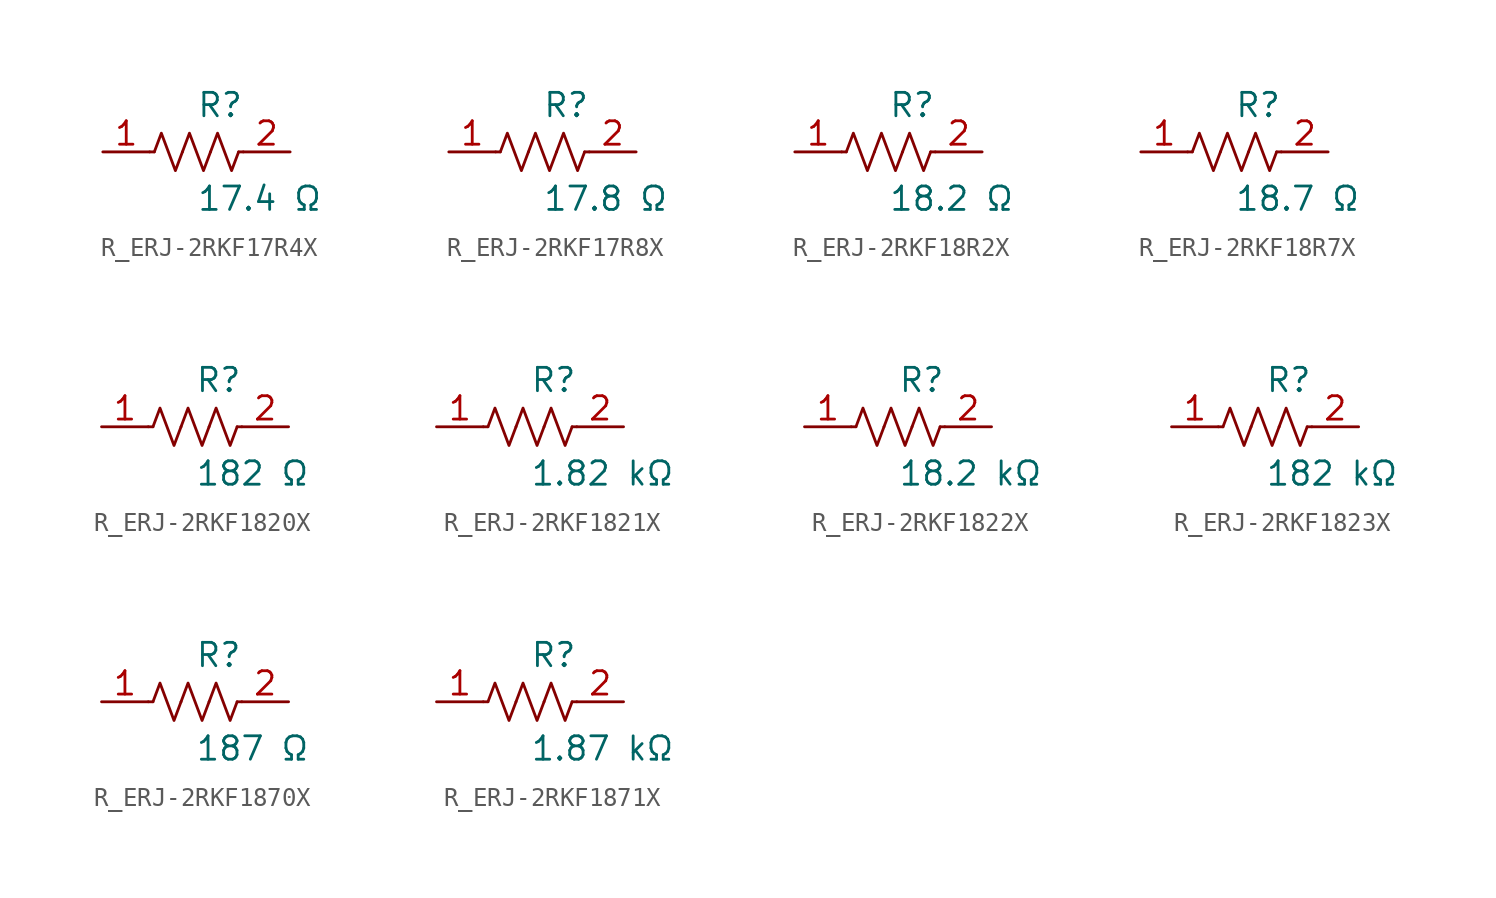
<source format=kicad_sym>
(kicad_symbol_lib
  (version 20231120)
  (generator kicad_symbol_editor)
  (generator_version 8.0)
  (symbol "R_ERJ-2RKF17R4X"
    (pin_names
      (offset 0.254))
    (property "Reference" "R"
      (at 0 2.54 0)
      (effects (font (size 1.27 1.27)) (justify left)))
    (property "Value" "17.4 Ω"
      (at 0 -2.54 0)
      (effects (font (size 1.27 1.27)) (justify left)))
    (symbol "R_ERJ-2RKF17R4X_0_1"
      (polyline (pts (xy 2.286 0) (xy 2.54 0)) (stroke (width 0) (type default)) (fill (type none)))
      (polyline (pts (xy -2.286 0) (xy -2.54 0)) (stroke (width 0) (type default)) (fill (type none)))
      (polyline (pts (xy 0.762 0) (xy 1.143 1.016) (xy 1.524 0) (xy 1.905 -1.016) (xy 2.286 0)) (stroke (width 0) (type default)) (fill (type none)))
      (polyline (pts (xy -0.762 0) (xy -0.381 1.016) (xy 0 0) (xy 0.381 -1.016) (xy 0.762 0)) (stroke (width 0) (type default)) (fill (type none)))
      (polyline (pts (xy -2.286 0) (xy -1.905 1.016) (xy -1.524 0) (xy -1.143 -1.016) (xy -0.762 0)) (stroke (width 0) (type default)) (fill (type none))))
    (pin unspecified line
      (at -5.08 0 0)
      (length 2.54)
      (name "" (effects (font (size 1.27 1.27))))
      (number "1" (effects (font (size 1.27 1.27)))))
    (pin unspecified line
      (at 5.08 0 180)
      (length 2.54)
      (name "" (effects (font (size 1.27 1.27))))
      (number "2" (effects (font (size 1.27 1.27))))))
  (symbol "R_ERJ-2RKF17R8X"
    (pin_names
      (offset 0.254))
    (property "Reference" "R"
      (at 0 2.54 0)
      (effects (font (size 1.27 1.27)) (justify left)))
    (property "Value" "17.8 Ω"
      (at 0 -2.54 0)
      (effects (font (size 1.27 1.27)) (justify left)))
    (symbol "R_ERJ-2RKF17R8X_0_1"
      (polyline (pts (xy 2.286 0) (xy 2.54 0)) (stroke (width 0) (type default)) (fill (type none)))
      (polyline (pts (xy -2.286 0) (xy -2.54 0)) (stroke (width 0) (type default)) (fill (type none)))
      (polyline (pts (xy 0.762 0) (xy 1.143 1.016) (xy 1.524 0) (xy 1.905 -1.016) (xy 2.286 0)) (stroke (width 0) (type default)) (fill (type none)))
      (polyline (pts (xy -0.762 0) (xy -0.381 1.016) (xy 0 0) (xy 0.381 -1.016) (xy 0.762 0)) (stroke (width 0) (type default)) (fill (type none)))
      (polyline (pts (xy -2.286 0) (xy -1.905 1.016) (xy -1.524 0) (xy -1.143 -1.016) (xy -0.762 0)) (stroke (width 0) (type default)) (fill (type none))))
    (pin unspecified line
      (at -5.08 0 0)
      (length 2.54)
      (name "" (effects (font (size 1.27 1.27))))
      (number "1" (effects (font (size 1.27 1.27)))))
    (pin unspecified line
      (at 5.08 0 180)
      (length 2.54)
      (name "" (effects (font (size 1.27 1.27))))
      (number "2" (effects (font (size 1.27 1.27))))))
  (symbol "R_ERJ-2RKF18R2X"
    (pin_names
      (offset 0.254))
    (property "Reference" "R"
      (at 0 2.54 0)
      (effects (font (size 1.27 1.27)) (justify left)))
    (property "Value" "18.2 Ω"
      (at 0 -2.54 0)
      (effects (font (size 1.27 1.27)) (justify left)))
    (symbol "R_ERJ-2RKF18R2X_0_1"
      (polyline (pts (xy 2.286 0) (xy 2.54 0)) (stroke (width 0) (type default)) (fill (type none)))
      (polyline (pts (xy -2.286 0) (xy -2.54 0)) (stroke (width 0) (type default)) (fill (type none)))
      (polyline (pts (xy 0.762 0) (xy 1.143 1.016) (xy 1.524 0) (xy 1.905 -1.016) (xy 2.286 0)) (stroke (width 0) (type default)) (fill (type none)))
      (polyline (pts (xy -0.762 0) (xy -0.381 1.016) (xy 0 0) (xy 0.381 -1.016) (xy 0.762 0)) (stroke (width 0) (type default)) (fill (type none)))
      (polyline (pts (xy -2.286 0) (xy -1.905 1.016) (xy -1.524 0) (xy -1.143 -1.016) (xy -0.762 0)) (stroke (width 0) (type default)) (fill (type none))))
    (pin unspecified line
      (at -5.08 0 0)
      (length 2.54)
      (name "" (effects (font (size 1.27 1.27))))
      (number "1" (effects (font (size 1.27 1.27)))))
    (pin unspecified line
      (at 5.08 0 180)
      (length 2.54)
      (name "" (effects (font (size 1.27 1.27))))
      (number "2" (effects (font (size 1.27 1.27))))))
  (symbol "R_ERJ-2RKF18R7X"
    (pin_names
      (offset 0.254))
    (property "Reference" "R"
      (at 0 2.54 0)
      (effects (font (size 1.27 1.27)) (justify left)))
    (property "Value" "18.7 Ω"
      (at 0 -2.54 0)
      (effects (font (size 1.27 1.27)) (justify left)))
    (symbol "R_ERJ-2RKF18R7X_0_1"
      (polyline (pts (xy 2.286 0) (xy 2.54 0)) (stroke (width 0) (type default)) (fill (type none)))
      (polyline (pts (xy -2.286 0) (xy -2.54 0)) (stroke (width 0) (type default)) (fill (type none)))
      (polyline (pts (xy 0.762 0) (xy 1.143 1.016) (xy 1.524 0) (xy 1.905 -1.016) (xy 2.286 0)) (stroke (width 0) (type default)) (fill (type none)))
      (polyline (pts (xy -0.762 0) (xy -0.381 1.016) (xy 0 0) (xy 0.381 -1.016) (xy 0.762 0)) (stroke (width 0) (type default)) (fill (type none)))
      (polyline (pts (xy -2.286 0) (xy -1.905 1.016) (xy -1.524 0) (xy -1.143 -1.016) (xy -0.762 0)) (stroke (width 0) (type default)) (fill (type none))))
    (pin unspecified line
      (at -5.08 0 0)
      (length 2.54)
      (name "" (effects (font (size 1.27 1.27))))
      (number "1" (effects (font (size 1.27 1.27)))))
    (pin unspecified line
      (at 5.08 0 180)
      (length 2.54)
      (name "" (effects (font (size 1.27 1.27))))
      (number "2" (effects (font (size 1.27 1.27))))))
  (symbol "R_ERJ-2RKF1820X"
    (pin_names
      (offset 0.254))
    (property "Reference" "R"
      (at 0 2.54 0)
      (effects (font (size 1.27 1.27)) (justify left)))
    (property "Value" "182 Ω"
      (at 0 -2.54 0)
      (effects (font (size 1.27 1.27)) (justify left)))
    (symbol "R_ERJ-2RKF1820X_0_1"
      (polyline (pts (xy 2.286 0) (xy 2.54 0)) (stroke (width 0) (type default)) (fill (type none)))
      (polyline (pts (xy -2.286 0) (xy -2.54 0)) (stroke (width 0) (type default)) (fill (type none)))
      (polyline (pts (xy 0.762 0) (xy 1.143 1.016) (xy 1.524 0) (xy 1.905 -1.016) (xy 2.286 0)) (stroke (width 0) (type default)) (fill (type none)))
      (polyline (pts (xy -0.762 0) (xy -0.381 1.016) (xy 0 0) (xy 0.381 -1.016) (xy 0.762 0)) (stroke (width 0) (type default)) (fill (type none)))
      (polyline (pts (xy -2.286 0) (xy -1.905 1.016) (xy -1.524 0) (xy -1.143 -1.016) (xy -0.762 0)) (stroke (width 0) (type default)) (fill (type none))))
    (pin unspecified line
      (at -5.08 0 0)
      (length 2.54)
      (name "" (effects (font (size 1.27 1.27))))
      (number "1" (effects (font (size 1.27 1.27)))))
    (pin unspecified line
      (at 5.08 0 180)
      (length 2.54)
      (name "" (effects (font (size 1.27 1.27))))
      (number "2" (effects (font (size 1.27 1.27))))))
  (symbol "R_ERJ-2RKF1821X"
    (pin_names
      (offset 0.254))
    (property "Reference" "R"
      (at 0 2.54 0)
      (effects (font (size 1.27 1.27)) (justify left)))
    (property "Value" "1.82 kΩ"
      (at 0 -2.54 0)
      (effects (font (size 1.27 1.27)) (justify left)))
    (symbol "R_ERJ-2RKF1821X_0_1"
      (polyline (pts (xy 2.286 0) (xy 2.54 0)) (stroke (width 0) (type default)) (fill (type none)))
      (polyline (pts (xy -2.286 0) (xy -2.54 0)) (stroke (width 0) (type default)) (fill (type none)))
      (polyline (pts (xy 0.762 0) (xy 1.143 1.016) (xy 1.524 0) (xy 1.905 -1.016) (xy 2.286 0)) (stroke (width 0) (type default)) (fill (type none)))
      (polyline (pts (xy -0.762 0) (xy -0.381 1.016) (xy 0 0) (xy 0.381 -1.016) (xy 0.762 0)) (stroke (width 0) (type default)) (fill (type none)))
      (polyline (pts (xy -2.286 0) (xy -1.905 1.016) (xy -1.524 0) (xy -1.143 -1.016) (xy -0.762 0)) (stroke (width 0) (type default)) (fill (type none))))
    (pin unspecified line
      (at -5.08 0 0)
      (length 2.54)
      (name "" (effects (font (size 1.27 1.27))))
      (number "1" (effects (font (size 1.27 1.27)))))
    (pin unspecified line
      (at 5.08 0 180)
      (length 2.54)
      (name "" (effects (font (size 1.27 1.27))))
      (number "2" (effects (font (size 1.27 1.27))))))
  (symbol "R_ERJ-2RKF1822X"
    (pin_names
      (offset 0.254))
    (property "Reference" "R"
      (at 0 2.54 0)
      (effects (font (size 1.27 1.27)) (justify left)))
    (property "Value" "18.2 kΩ"
      (at 0 -2.54 0)
      (effects (font (size 1.27 1.27)) (justify left)))
    (symbol "R_ERJ-2RKF1822X_0_1"
      (polyline (pts (xy 2.286 0) (xy 2.54 0)) (stroke (width 0) (type default)) (fill (type none)))
      (polyline (pts (xy -2.286 0) (xy -2.54 0)) (stroke (width 0) (type default)) (fill (type none)))
      (polyline (pts (xy 0.762 0) (xy 1.143 1.016) (xy 1.524 0) (xy 1.905 -1.016) (xy 2.286 0)) (stroke (width 0) (type default)) (fill (type none)))
      (polyline (pts (xy -0.762 0) (xy -0.381 1.016) (xy 0 0) (xy 0.381 -1.016) (xy 0.762 0)) (stroke (width 0) (type default)) (fill (type none)))
      (polyline (pts (xy -2.286 0) (xy -1.905 1.016) (xy -1.524 0) (xy -1.143 -1.016) (xy -0.762 0)) (stroke (width 0) (type default)) (fill (type none))))
    (pin unspecified line
      (at -5.08 0 0)
      (length 2.54)
      (name "" (effects (font (size 1.27 1.27))))
      (number "1" (effects (font (size 1.27 1.27)))))
    (pin unspecified line
      (at 5.08 0 180)
      (length 2.54)
      (name "" (effects (font (size 1.27 1.27))))
      (number "2" (effects (font (size 1.27 1.27))))))
  (symbol "R_ERJ-2RKF1823X"
    (pin_names
      (offset 0.254))
    (property "Reference" "R"
      (at 0 2.54 0)
      (effects (font (size 1.27 1.27)) (justify left)))
    (property "Value" "182 kΩ"
      (at 0 -2.54 0)
      (effects (font (size 1.27 1.27)) (justify left)))
    (symbol "R_ERJ-2RKF1823X_0_1"
      (polyline (pts (xy 2.286 0) (xy 2.54 0)) (stroke (width 0) (type default)) (fill (type none)))
      (polyline (pts (xy -2.286 0) (xy -2.54 0)) (stroke (width 0) (type default)) (fill (type none)))
      (polyline (pts (xy 0.762 0) (xy 1.143 1.016) (xy 1.524 0) (xy 1.905 -1.016) (xy 2.286 0)) (stroke (width 0) (type default)) (fill (type none)))
      (polyline (pts (xy -0.762 0) (xy -0.381 1.016) (xy 0 0) (xy 0.381 -1.016) (xy 0.762 0)) (stroke (width 0) (type default)) (fill (type none)))
      (polyline (pts (xy -2.286 0) (xy -1.905 1.016) (xy -1.524 0) (xy -1.143 -1.016) (xy -0.762 0)) (stroke (width 0) (type default)) (fill (type none))))
    (pin unspecified line
      (at -5.08 0 0)
      (length 2.54)
      (name "" (effects (font (size 1.27 1.27))))
      (number "1" (effects (font (size 1.27 1.27)))))
    (pin unspecified line
      (at 5.08 0 180)
      (length 2.54)
      (name "" (effects (font (size 1.27 1.27))))
      (number "2" (effects (font (size 1.27 1.27))))))
  (symbol "R_ERJ-2RKF1870X"
    (pin_names
      (offset 0.254))
    (property "Reference" "R"
      (at 0 2.54 0)
      (effects (font (size 1.27 1.27)) (justify left)))
    (property "Value" "187 Ω"
      (at 0 -2.54 0)
      (effects (font (size 1.27 1.27)) (justify left)))
    (symbol "R_ERJ-2RKF1870X_0_1"
      (polyline (pts (xy 2.286 0) (xy 2.54 0)) (stroke (width 0) (type default)) (fill (type none)))
      (polyline (pts (xy -2.286 0) (xy -2.54 0)) (stroke (width 0) (type default)) (fill (type none)))
      (polyline (pts (xy 0.762 0) (xy 1.143 1.016) (xy 1.524 0) (xy 1.905 -1.016) (xy 2.286 0)) (stroke (width 0) (type default)) (fill (type none)))
      (polyline (pts (xy -0.762 0) (xy -0.381 1.016) (xy 0 0) (xy 0.381 -1.016) (xy 0.762 0)) (stroke (width 0) (type default)) (fill (type none)))
      (polyline (pts (xy -2.286 0) (xy -1.905 1.016) (xy -1.524 0) (xy -1.143 -1.016) (xy -0.762 0)) (stroke (width 0) (type default)) (fill (type none))))
    (pin unspecified line
      (at -5.08 0 0)
      (length 2.54)
      (name "" (effects (font (size 1.27 1.27))))
      (number "1" (effects (font (size 1.27 1.27)))))
    (pin unspecified line
      (at 5.08 0 180)
      (length 2.54)
      (name "" (effects (font (size 1.27 1.27))))
      (number "2" (effects (font (size 1.27 1.27))))))
  (symbol "R_ERJ-2RKF1871X"
    (pin_names
      (offset 0.254))
    (property "Reference" "R"
      (at 0 2.54 0)
      (effects (font (size 1.27 1.27)) (justify left)))
    (property "Value" "1.87 kΩ"
      (at 0 -2.54 0)
      (effects (font (size 1.27 1.27)) (justify left)))
    (symbol "R_ERJ-2RKF1871X_0_1"
      (polyline (pts (xy 2.286 0) (xy 2.54 0)) (stroke (width 0) (type default)) (fill (type none)))
      (polyline (pts (xy -2.286 0) (xy -2.54 0)) (stroke (width 0) (type default)) (fill (type none)))
      (polyline (pts (xy 0.762 0) (xy 1.143 1.016) (xy 1.524 0) (xy 1.905 -1.016) (xy 2.286 0)) (stroke (width 0) (type default)) (fill (type none)))
      (polyline (pts (xy -0.762 0) (xy -0.381 1.016) (xy 0 0) (xy 0.381 -1.016) (xy 0.762 0)) (stroke (width 0) (type default)) (fill (type none)))
      (polyline (pts (xy -2.286 0) (xy -1.905 1.016) (xy -1.524 0) (xy -1.143 -1.016) (xy -0.762 0)) (stroke (width 0) (type default)) (fill (type none))))
    (pin unspecified line
      (at -5.08 0 0)
      (length 2.54)
      (name "" (effects (font (size 1.27 1.27))))
      (number "1" (effects (font (size 1.27 1.27)))))
    (pin unspecified line
      (at 5.08 0 180)
      (length 2.54)
      (name "" (effects (font (size 1.27 1.27))))
      (number "2" (effects (font (size 1.27 1.27)))))))
</source>
